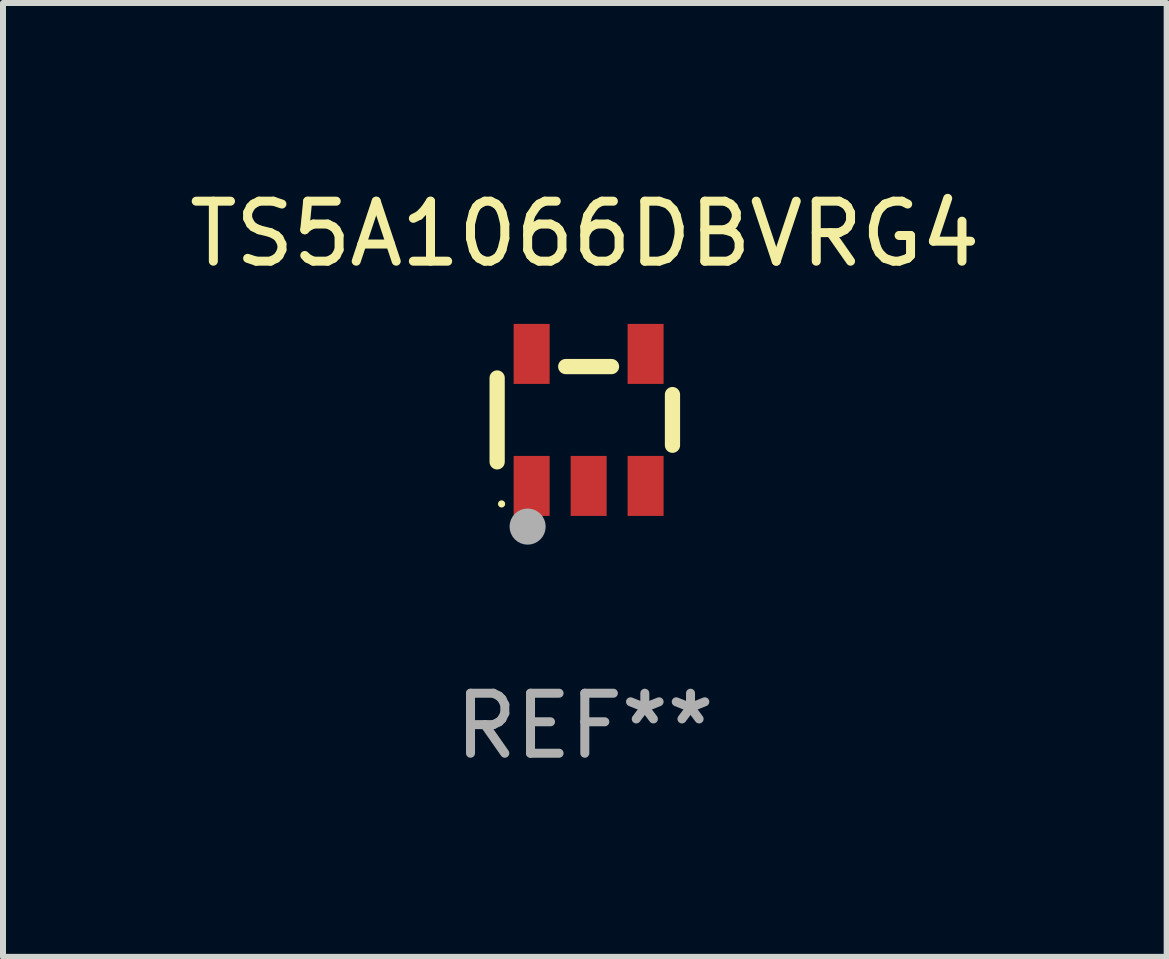
<source format=kicad_pcb>
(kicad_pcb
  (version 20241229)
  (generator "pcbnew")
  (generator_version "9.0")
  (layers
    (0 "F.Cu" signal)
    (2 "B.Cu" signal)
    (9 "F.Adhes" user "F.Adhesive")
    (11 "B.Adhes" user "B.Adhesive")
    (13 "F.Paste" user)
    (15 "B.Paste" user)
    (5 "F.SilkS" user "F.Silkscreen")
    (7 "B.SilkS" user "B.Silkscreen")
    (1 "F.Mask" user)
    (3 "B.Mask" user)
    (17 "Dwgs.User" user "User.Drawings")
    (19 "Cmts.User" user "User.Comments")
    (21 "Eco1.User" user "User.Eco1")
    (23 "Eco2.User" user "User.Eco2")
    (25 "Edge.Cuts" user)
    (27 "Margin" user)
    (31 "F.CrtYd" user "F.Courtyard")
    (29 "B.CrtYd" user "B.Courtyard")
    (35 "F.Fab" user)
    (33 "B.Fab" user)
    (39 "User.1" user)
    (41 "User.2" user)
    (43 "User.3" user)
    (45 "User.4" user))
  (footprint "TS5A1066DBVRG4"
    (layer "F.Cu")
    (at 6.696 3.948)
    (property "Reference" "TS5A1066DBVRG4" (at 0 -3.1 0) (layer "F.SilkS") (effects (font (size 1 1) (thickness 0.15))))
    (attr through_hole)
    (fp_line (start -1.461 -0.699) (end -1.461 0.699) (stroke (width 0.254) (type solid)) (layer "F.SilkS"))
    (fp_line (start -0.318 -0.889) (end 0.445 -0.889) (stroke (width 0.254) (type solid)) (layer "F.SilkS"))
    (fp_line (start 1.461 -0.422) (end 1.461 0.422) (stroke (width 0.254) (type solid)) (layer "F.SilkS"))
    (fp_circle (center -1.387 1.4) (end -1.357 1.4) (stroke (width 0.06) (type solid)) (fill no) (layer "F.SilkS"))
    (fp_circle (center -0.953 1.778) (end -0.802 1.778) (stroke (width 0.3) (type solid)) (fill no) (layer "F.Fab"))
    (fp_text user "REF**" (at 0 5.1 0) (layer "F.Fab") (effects (font (size 1 1) (thickness 0.15))))
    (pad "1" smd rect (at -0.886 1.1) (size 0.6 1) (layers "F.Cu" "F.Mask" "F.Paste"))
    (pad "2" smd rect (at 0.064 1.1) (size 0.6 1) (layers "F.Cu" "F.Mask" "F.Paste"))
    (pad "3" smd rect (at 1.013 1.1) (size 0.6 1) (layers "F.Cu" "F.Mask" "F.Paste"))
    (pad "4" smd rect (at 1.013 -1.1) (size 0.6 1) (layers "F.Cu" "F.Mask" "F.Paste"))
    (pad "5" smd rect (at -0.886 -1.1) (size 0.6 1) (layers "F.Cu" "F.Mask" "F.Paste")))
  (gr_rect
    (start -3 -3)
    (end 16.393 12.897)
    (stroke (width 0.1) (type default))
    (fill no)
    (layer "Edge.Cuts")))
</source>
